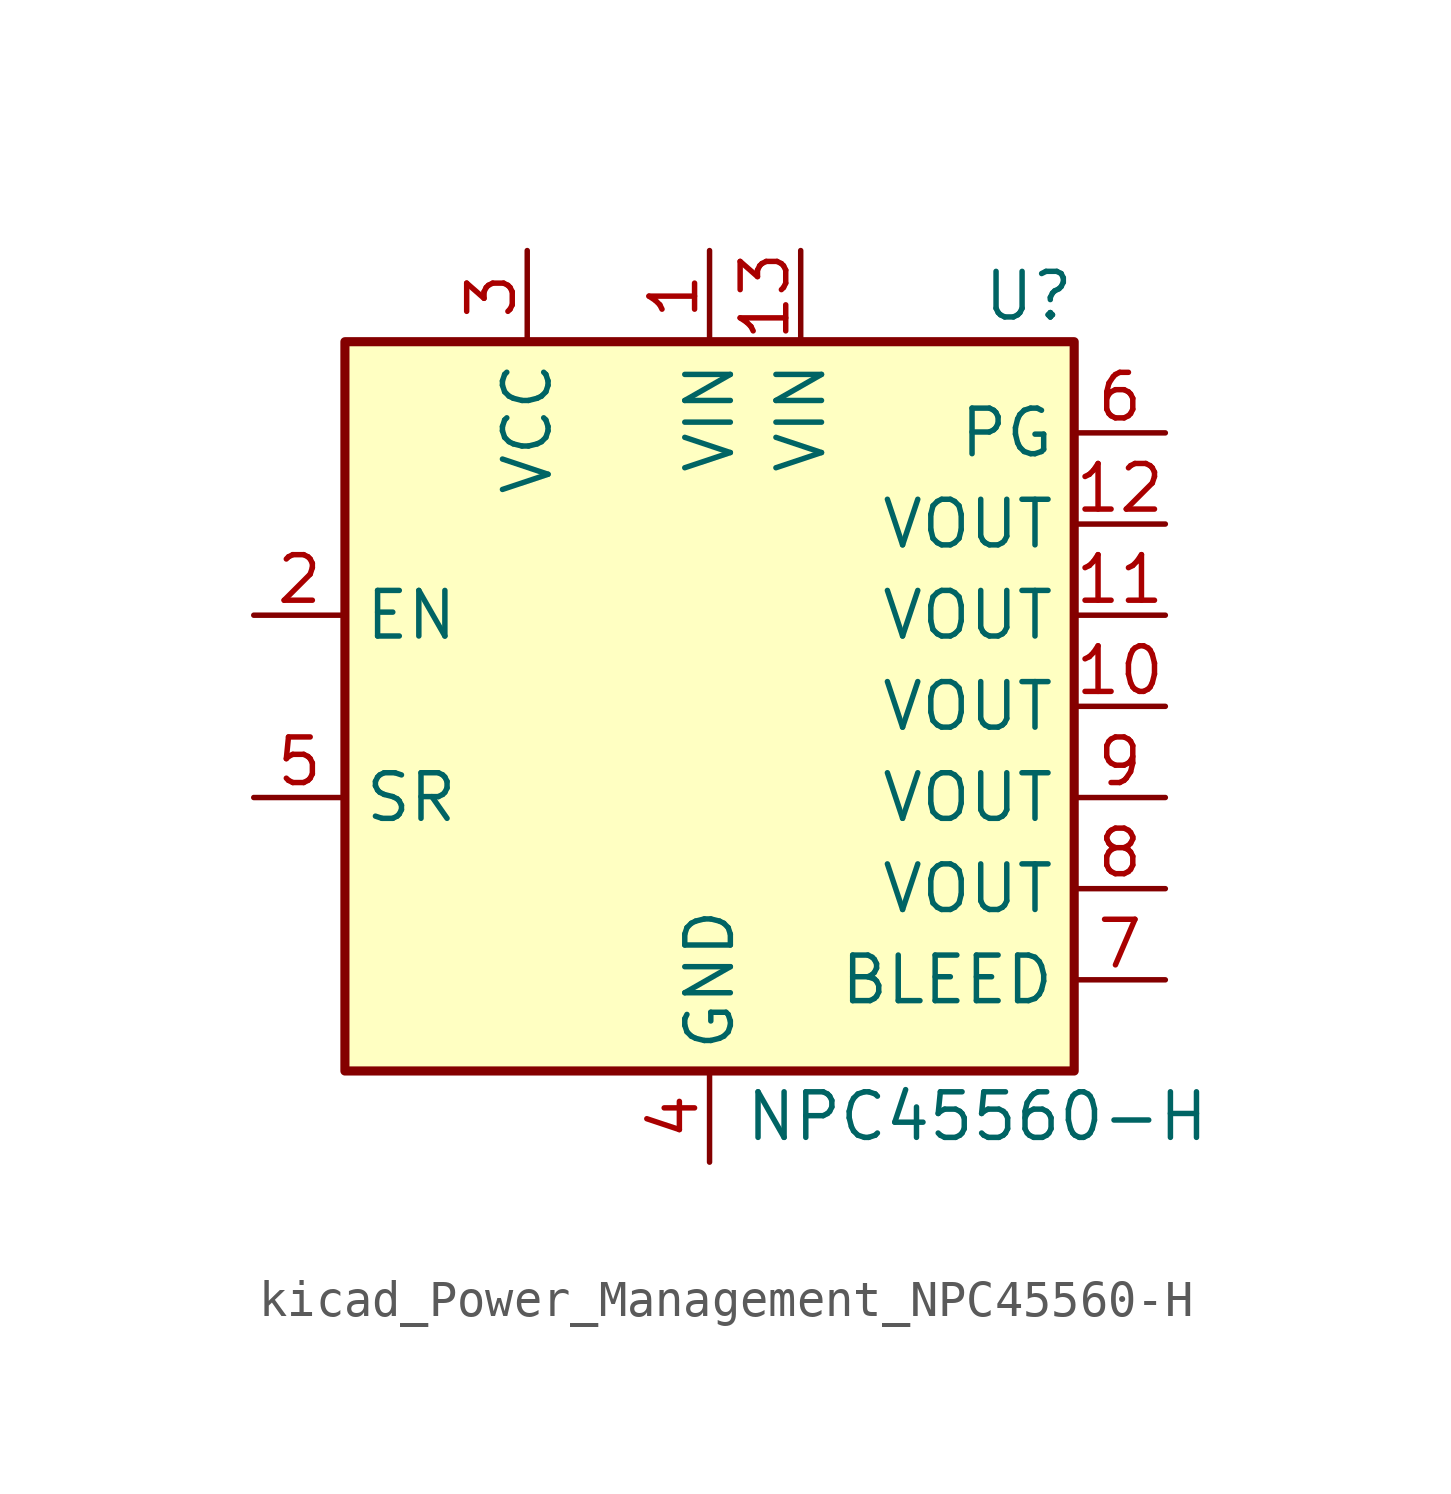
<source format=kicad_sym>
(kicad_symbol_lib
  (version 20220914)
  (generator kicad_symbol_editor)
  (symbol "kicad_Power_Management_NPC45560-H"
    (property "Reference" "U"
      (at 8.89 11.43 0)
      (effects (font (size 1.27 1.27))))
    (property "Value" "NPC45560-H"
      (at 13.97 -11.43 0)
      (effects (font (size 1.27 1.27)) (justify right)))
    (symbol "kicad_Power_Management_NPC45560-H_0_1"
      (rectangle (start -10.16 10.16) (end 10.16 -10.16) (stroke (width 0.254) (type default)) (fill (type background))))
    (symbol "kicad_Power_Management_NPC45560-H_1_1"
      (pin power_in line (at 0 12.7 270) (length 2.54) (name "VIN" (effects (font (size 1.27 1.27)))) (number "1" (effects (font (size 1.27 1.27)))))
      (pin passive line (at 12.7 0 180) (length 2.54) (name "VOUT" (effects (font (size 1.27 1.27)))) (number "10" (effects (font (size 1.27 1.27)))))
      (pin passive line (at 12.7 2.54 180) (length 2.54) (name "VOUT" (effects (font (size 1.27 1.27)))) (number "11" (effects (font (size 1.27 1.27)))))
      (pin power_out line (at 12.7 5.08 180) (length 2.54) (name "VOUT" (effects (font (size 1.27 1.27)))) (number "12" (effects (font (size 1.27 1.27)))))
      (pin power_in line (at 2.54 12.7 270) (length 2.54) (name "VIN" (effects (font (size 1.27 1.27)))) (number "13" (effects (font (size 1.27 1.27)))))
      (pin input line (at -12.7 2.54 0) (length 2.54) (name "EN" (effects (font (size 1.27 1.27)))) (number "2" (effects (font (size 1.27 1.27)))))
      (pin power_in line (at -5.08 12.7 270) (length 2.54) (name "VCC" (effects (font (size 1.27 1.27)))) (number "3" (effects (font (size 1.27 1.27)))))
      (pin power_in line (at 0 -12.7 90) (length 2.54) (name "GND" (effects (font (size 1.27 1.27)))) (number "4" (effects (font (size 1.27 1.27)))))
      (pin input line (at -12.7 -2.54 0) (length 2.54) (name "SR" (effects (font (size 1.27 1.27)))) (number "5" (effects (font (size 1.27 1.27)))))
      (pin open_collector line (at 12.7 7.62 180) (length 2.54) (name "PG" (effects (font (size 1.27 1.27)))) (number "6" (effects (font (size 1.27 1.27)))))
      (pin input line (at 12.7 -7.62 180) (length 2.54) (name "BLEED" (effects (font (size 1.27 1.27)))) (number "7" (effects (font (size 1.27 1.27)))))
      (pin passive line (at 12.7 -5.08 180) (length 2.54) (name "VOUT" (effects (font (size 1.27 1.27)))) (number "8" (effects (font (size 1.27 1.27)))))
      (pin passive line (at 12.7 -2.54 180) (length 2.54) (name "VOUT" (effects (font (size 1.27 1.27)))) (number "9" (effects (font (size 1.27 1.27))))))))
</source>
